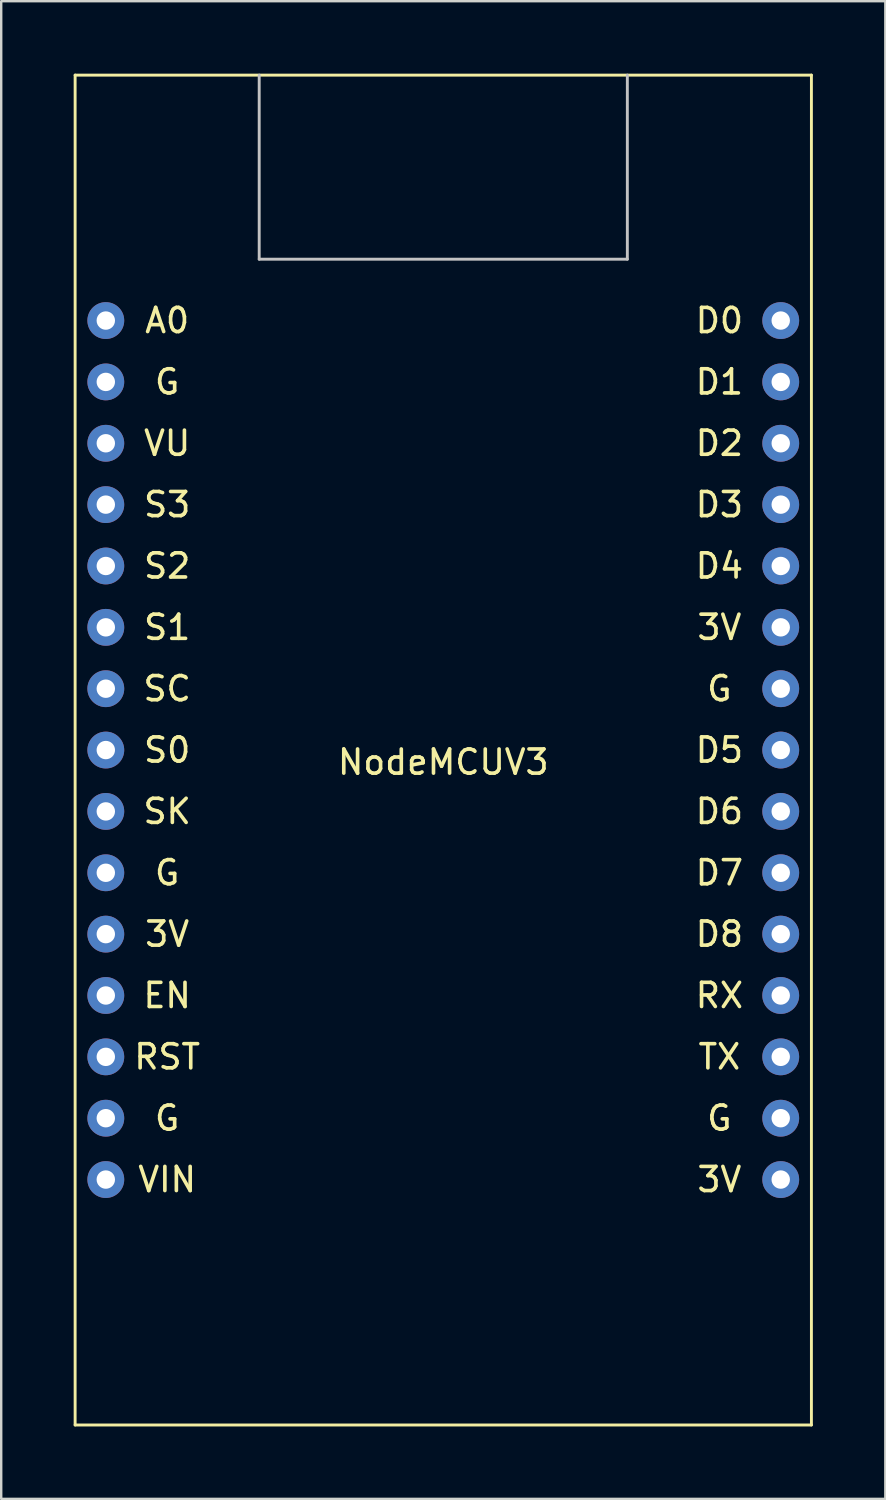
<source format=kicad_pcb>
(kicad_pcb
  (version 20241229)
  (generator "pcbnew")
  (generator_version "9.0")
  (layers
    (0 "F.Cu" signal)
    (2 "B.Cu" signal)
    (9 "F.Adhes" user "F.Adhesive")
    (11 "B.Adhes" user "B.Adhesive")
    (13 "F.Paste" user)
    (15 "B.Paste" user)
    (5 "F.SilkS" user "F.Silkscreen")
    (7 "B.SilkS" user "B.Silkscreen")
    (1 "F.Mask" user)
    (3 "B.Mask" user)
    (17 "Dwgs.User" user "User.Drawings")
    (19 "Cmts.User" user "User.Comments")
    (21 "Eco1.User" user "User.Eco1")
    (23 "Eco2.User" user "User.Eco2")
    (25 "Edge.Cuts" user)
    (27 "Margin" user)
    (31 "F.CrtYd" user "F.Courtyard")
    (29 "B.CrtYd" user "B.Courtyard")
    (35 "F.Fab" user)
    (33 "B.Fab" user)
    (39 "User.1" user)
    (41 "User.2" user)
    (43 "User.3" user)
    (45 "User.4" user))
  (footprint "NodeMCUV3"
    (layer "F.Cu")
    (at 15.3 28)
    (property "Reference" "NodeMCUV3" (at 0 0.5 0) (layer "F.SilkS") (effects (font (size 1 1) (thickness 0.15))))
    (attr through_hole)
    (fp_line (start -15.24 -27.94) (end 15.24 -27.94) (stroke (width 0.12) (type solid)) (layer "F.SilkS"))
    (fp_line (start -15.24 27.94) (end -15.24 -27.94) (stroke (width 0.12) (type solid)) (layer "F.SilkS"))
    (fp_line (start 15.24 -27.94) (end 15.24 27.94) (stroke (width 0.12) (type solid)) (layer "F.SilkS"))
    (fp_line (start 15.24 27.94) (end -15.24 27.94) (stroke (width 0.12) (type solid)) (layer "F.SilkS"))
    (fp_line (start -7.62 -27.94) (end -7.62 -20.32) (stroke (width 0.12) (type solid)) (layer "Dwgs.User"))
    (fp_line (start -7.62 -20.32) (end 7.62 -20.32) (stroke (width 0.12) (type solid)) (layer "Dwgs.User"))
    (fp_line (start 7.62 -20.32) (end 7.62 -27.94) (stroke (width 0.12) (type solid)) (layer "Dwgs.User"))
    (fp_text user "3V" (at -11.43 7.62 0) (layer "F.SilkS") (effects (font (size 1 1) (thickness 0.15))))
    (fp_text user "D1" (at 11.43 -15.24 0) (layer "F.SilkS") (effects (font (size 1 1) (thickness 0.15))))
    (fp_text user "D4" (at 11.43 -7.62 0) (layer "F.SilkS") (effects (font (size 1 1) (thickness 0.15))))
    (fp_text user "TX" (at 11.43 12.7 0) (layer "F.SilkS") (effects (font (size 1 1) (thickness 0.15))))
    (fp_text user "RST" (at -11.43 12.7 0) (layer "F.SilkS") (effects (font (size 1 1) (thickness 0.15))))
    (fp_text user "3V" (at 11.43 17.78 0) (layer "F.SilkS") (effects (font (size 1 1) (thickness 0.15))))
    (fp_text user "RX" (at 11.43 10.16 0) (layer "F.SilkS") (effects (font (size 1 1) (thickness 0.15))))
    (fp_text user "G" (at 11.43 -2.54 0) (layer "F.SilkS") (effects (font (size 1 1) (thickness 0.15))))
    (fp_text user "S2" (at -11.43 -7.62 0) (layer "F.SilkS") (effects (font (size 1 1) (thickness 0.15))))
    (fp_text user "D8" (at 11.43 7.62 0) (layer "F.SilkS") (effects (font (size 1 1) (thickness 0.15))))
    (fp_text user "S1" (at -11.43 -5.08 0) (layer "F.SilkS") (effects (font (size 1 1) (thickness 0.15))))
    (fp_text user "G" (at -11.43 -15.24 0) (layer "F.SilkS") (effects (font (size 1 1) (thickness 0.15))))
    (fp_text user "VU" (at -11.43 -12.7 0) (layer "F.SilkS") (effects (font (size 1 1) (thickness 0.15))))
    (fp_text user "D6" (at 11.43 2.54 0) (layer "F.SilkS") (effects (font (size 1 1) (thickness 0.15))))
    (fp_text user "D3" (at 11.43 -10.16 0) (layer "F.SilkS") (effects (font (size 1 1) (thickness 0.15))))
    (fp_text user "G" (at -11.43 15.24 0) (layer "F.SilkS") (effects (font (size 1 1) (thickness 0.15))))
    (fp_text user "G" (at -11.43 5.08 0) (layer "F.SilkS") (effects (font (size 1 1) (thickness 0.15))))
    (fp_text user "SK" (at -11.43 2.54 0) (layer "F.SilkS") (effects (font (size 1 1) (thickness 0.15))))
    (fp_text user "S0" (at -11.43 0 0) (layer "F.SilkS") (effects (font (size 1 1) (thickness 0.15))))
    (fp_text user "SC" (at -11.43 -2.54 0) (layer "F.SilkS") (effects (font (size 1 1) (thickness 0.15))))
    (fp_text user "G" (at 11.43 15.24 0) (layer "F.SilkS") (effects (font (size 1 1) (thickness 0.15))))
    (fp_text user "D7" (at 11.43 5.08 0) (layer "F.SilkS") (effects (font (size 1 1) (thickness 0.15))))
    (fp_text user "VIN" (at -11.43 17.78 0) (layer "F.SilkS") (effects (font (size 1 1) (thickness 0.15))))
    (fp_text user "S3" (at -11.43 -10.16 0) (layer "F.SilkS") (effects (font (size 1 1) (thickness 0.15))))
    (fp_text user "D2" (at 11.43 -12.7 0) (layer "F.SilkS") (effects (font (size 1 1) (thickness 0.15))))
    (fp_text user "D5" (at 11.43 0 0) (layer "F.SilkS") (effects (font (size 1 1) (thickness 0.15))))
    (fp_text user "EN" (at -11.43 10.16 0) (layer "F.SilkS") (effects (font (size 1 1) (thickness 0.15))))
    (fp_text user "3V" (at 11.43 -5.08 0) (layer "F.SilkS") (effects (font (size 1 1) (thickness 0.15))))
    (fp_text user "A0" (at -11.43 -17.78 0) (layer "F.SilkS") (effects (font (size 1 1) (thickness 0.15))))
    (fp_text user "D0" (at 11.43 -17.78 0) (layer "F.SilkS") (effects (font (size 1 1) (thickness 0.15))))
    (pad "0" thru_hole circle (at -13.97 -17.78) (size 1.524 1.524) (drill 0.762) (layers "*.Cu" "*.Mask"))
    (pad "1" thru_hole circle (at -13.97 -15.24) (size 1.524 1.524) (drill 0.762) (layers "*.Cu" "*.Mask"))
    (pad "2" thru_hole circle (at -13.97 -12.7) (size 1.524 1.524) (drill 0.762) (layers "*.Cu" "*.Mask"))
    (pad "3" thru_hole circle (at -13.97 -10.16) (size 1.524 1.524) (drill 0.762) (layers "*.Cu" "*.Mask"))
    (pad "4" thru_hole circle (at -13.97 -7.62) (size 1.524 1.524) (drill 0.762) (layers "*.Cu" "*.Mask"))
    (pad "5" thru_hole circle (at -13.97 -5.08) (size 1.524 1.524) (drill 0.762) (layers "*.Cu" "*.Mask"))
    (pad "6" thru_hole circle (at -13.97 -2.54) (size 1.524 1.524) (drill 0.762) (layers "*.Cu" "*.Mask"))
    (pad "7" thru_hole circle (at -13.97 0) (size 1.524 1.524) (drill 0.762) (layers "*.Cu" "*.Mask"))
    (pad "8" thru_hole circle (at -13.97 2.54) (size 1.524 1.524) (drill 0.762) (layers "*.Cu" "*.Mask"))
    (pad "9" thru_hole circle (at -13.97 5.08) (size 1.524 1.524) (drill 0.762) (layers "*.Cu" "*.Mask"))
    (pad "10" thru_hole circle (at -13.97 7.62) (size 1.524 1.524) (drill 0.762) (layers "*.Cu" "*.Mask"))
    (pad "11" thru_hole circle (at -13.97 10.16) (size 1.524 1.524) (drill 0.762) (layers "*.Cu" "*.Mask"))
    (pad "12" thru_hole circle (at -13.97 12.7) (size 1.524 1.524) (drill 0.762) (layers "*.Cu" "*.Mask"))
    (pad "13" thru_hole circle (at -13.97 15.24) (size 1.524 1.524) (drill 0.762) (layers "*.Cu" "*.Mask"))
    (pad "14" thru_hole circle (at -13.97 17.78) (size 1.524 1.524) (drill 0.762) (layers "*.Cu" "*.Mask"))
    (pad "15" thru_hole circle (at 13.97 -17.78) (size 1.524 1.524) (drill 0.762) (layers "*.Cu" "*.Mask"))
    (pad "16" thru_hole circle (at 13.97 -15.24) (size 1.524 1.524) (drill 0.762) (layers "*.Cu" "*.Mask"))
    (pad "17" thru_hole circle (at 13.97 -12.7) (size 1.524 1.524) (drill 0.762) (layers "*.Cu" "*.Mask"))
    (pad "18" thru_hole circle (at 13.97 -10.16) (size 1.524 1.524) (drill 0.762) (layers "*.Cu" "*.Mask"))
    (pad "19" thru_hole circle (at 13.97 -7.62) (size 1.524 1.524) (drill 0.762) (layers "*.Cu" "*.Mask"))
    (pad "20" thru_hole circle (at 13.97 -5.08) (size 1.524 1.524) (drill 0.762) (layers "*.Cu" "*.Mask"))
    (pad "21" thru_hole circle (at 13.97 -2.54) (size 1.524 1.524) (drill 0.762) (layers "*.Cu" "*.Mask"))
    (pad "22" thru_hole circle (at 13.97 0) (size 1.524 1.524) (drill 0.762) (layers "*.Cu" "*.Mask"))
    (pad "23" thru_hole circle (at 13.97 2.54) (size 1.524 1.524) (drill 0.762) (layers "*.Cu" "*.Mask"))
    (pad "24" thru_hole circle (at 13.97 5.08) (size 1.524 1.524) (drill 0.762) (layers "*.Cu" "*.Mask"))
    (pad "25" thru_hole circle (at 13.97 7.62) (size 1.524 1.524) (drill 0.762) (layers "*.Cu" "*.Mask"))
    (pad "26" thru_hole circle (at 13.97 10.16) (size 1.524 1.524) (drill 0.762) (layers "*.Cu" "*.Mask"))
    (pad "27" thru_hole circle (at 13.97 12.7) (size 1.524 1.524) (drill 0.762) (layers "*.Cu" "*.Mask"))
    (pad "28" thru_hole circle (at 13.97 15.24) (size 1.524 1.524) (drill 0.762) (layers "*.Cu" "*.Mask"))
    (pad "29" thru_hole circle (at 13.97 17.78) (size 1.524 1.524) (drill 0.762) (layers "*.Cu" "*.Mask")))
  (gr_rect
    (start -3 -3)
    (end 33.6 59)
    (stroke (width 0.1) (type default))
    (fill no)
    (layer "Edge.Cuts")))
</source>
